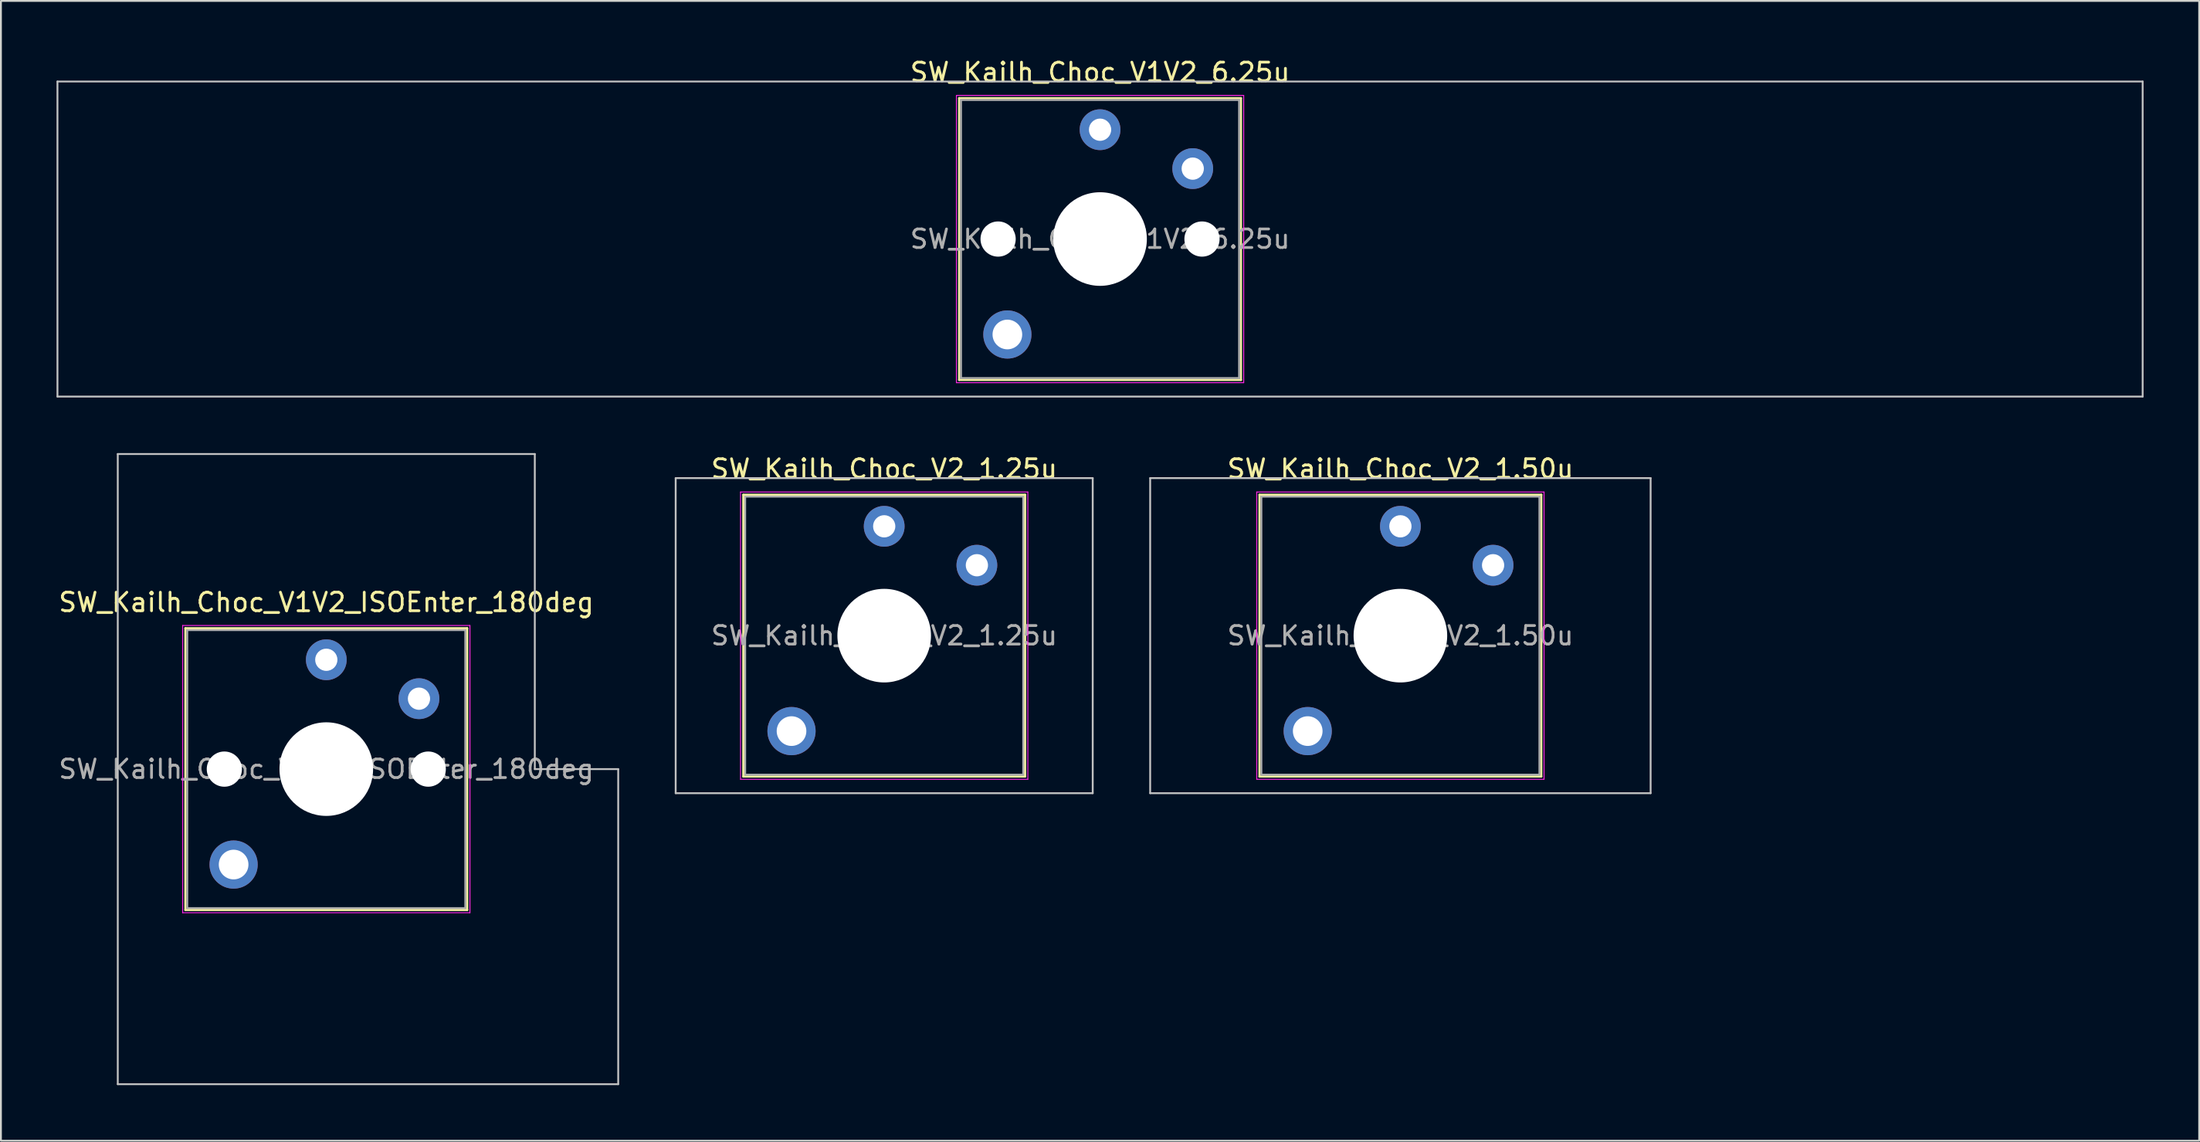
<source format=kicad_pcb>
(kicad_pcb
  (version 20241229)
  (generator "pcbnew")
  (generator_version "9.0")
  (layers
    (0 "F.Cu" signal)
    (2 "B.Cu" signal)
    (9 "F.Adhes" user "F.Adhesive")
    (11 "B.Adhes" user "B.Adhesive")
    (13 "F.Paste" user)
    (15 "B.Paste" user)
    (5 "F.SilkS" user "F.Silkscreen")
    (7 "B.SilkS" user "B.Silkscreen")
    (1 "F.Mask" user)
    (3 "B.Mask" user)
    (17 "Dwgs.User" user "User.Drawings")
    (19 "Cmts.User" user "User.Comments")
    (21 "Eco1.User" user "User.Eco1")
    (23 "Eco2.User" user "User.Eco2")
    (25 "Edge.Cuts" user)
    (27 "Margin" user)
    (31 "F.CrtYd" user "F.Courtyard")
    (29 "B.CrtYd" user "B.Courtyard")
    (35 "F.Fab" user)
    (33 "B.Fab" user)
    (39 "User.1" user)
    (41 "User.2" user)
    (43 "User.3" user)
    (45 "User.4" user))
  (footprint "SW_Kailh_Choc_V1V2_ISOEnter_180deg"
    (layer "F.Cu")
    (at 14.554 38.448)
    (property "Reference" "SW_Kailh_Choc_V1V2_ISOEnter_180deg" (at 0 -9 0) (layer "F.SilkS") (effects (font (size 1 1) (thickness 0.15))))
    (attr through_hole)
    (fp_line (start -7.6 -7.6) (end -7.6 7.6) (stroke (width 0.12) (type solid)) (layer "F.SilkS"))
    (fp_line (start -7.6 7.6) (end 7.6 7.6) (stroke (width 0.12) (type solid)) (layer "F.SilkS"))
    (fp_line (start 7.6 -7.6) (end -7.6 -7.6) (stroke (width 0.12) (type solid)) (layer "F.SilkS"))
    (fp_line (start 7.6 7.6) (end 7.6 -7.6) (stroke (width 0.12) (type solid)) (layer "F.SilkS"))
    (fp_line (start -11.25 -17) (end -11.25 17) (stroke (width 0.1) (type solid)) (layer "Dwgs.User"))
    (fp_line (start -11.25 17) (end 15.75 17) (stroke (width 0.1) (type solid)) (layer "Dwgs.User"))
    (fp_line (start 11.25 -17) (end -11.25 -17) (stroke (width 0.1) (type solid)) (layer "Dwgs.User"))
    (fp_line (start 11.25 0) (end 11.25 -17) (stroke (width 0.1) (type solid)) (layer "Dwgs.User"))
    (fp_line (start 15.75 0) (end 11.25 0) (stroke (width 0.1) (type solid)) (layer "Dwgs.User"))
    (fp_line (start 15.75 17) (end 15.75 0) (stroke (width 0.1) (type solid)) (layer "Dwgs.User"))
    (fp_line (start -7.25 -7.25) (end -7.25 7.25) (stroke (width 0.1) (type solid)) (layer "Eco1.User"))
    (fp_line (start -7.25 7.25) (end 7.25 7.25) (stroke (width 0.1) (type solid)) (layer "Eco1.User"))
    (fp_line (start 7.25 -7.25) (end -7.25 -7.25) (stroke (width 0.1) (type solid)) (layer "Eco1.User"))
    (fp_line (start 7.25 7.25) (end 7.25 -7.25) (stroke (width 0.1) (type solid)) (layer "Eco1.User"))
    (fp_line (start -7.75 -7.75) (end -7.75 7.75) (stroke (width 0.05) (type solid)) (layer "F.CrtYd"))
    (fp_line (start -7.75 7.75) (end 7.75 7.75) (stroke (width 0.05) (type solid)) (layer "F.CrtYd"))
    (fp_line (start 7.75 -7.75) (end -7.75 -7.75) (stroke (width 0.05) (type solid)) (layer "F.CrtYd"))
    (fp_line (start 7.75 7.75) (end 7.75 -7.75) (stroke (width 0.05) (type solid)) (layer "F.CrtYd"))
    (fp_line (start -7.5 -7.5) (end -7.5 7.5) (stroke (width 0.1) (type solid)) (layer "F.Fab"))
    (fp_line (start -7.5 7.5) (end 7.5 7.5) (stroke (width 0.1) (type solid)) (layer "F.Fab"))
    (fp_line (start 7.5 -7.5) (end -7.5 -7.5) (stroke (width 0.1) (type solid)) (layer "F.Fab"))
    (fp_line (start 7.5 7.5) (end 7.5 -7.5) (stroke (width 0.1) (type solid)) (layer "F.Fab"))
    (fp_text user "${REFERENCE}" (at 0 0 0) (layer "F.Fab") (effects (font (size 1 1) (thickness 0.15))))
    (pad "" np_thru_hole circle (at -5.5 0) (size 1.9 1.9) (drill 1.9) (layers "*.Cu" "*.Mask"))
    (pad "" smd circle (at -5 5.15) (size 1.65 1.65) (layers "F.Mask"))
    (pad "" thru_hole circle (at -5 5.15) (size 2.6 2.6) (drill 1.6) (layers "*.Cu" "B.Mask"))
    (pad "" smd circle (at 0 -5.9) (size 1.25 1.25) (layers "F.Mask"))
    (pad "" np_thru_hole circle (at 0 0) (size 5.05 5.05) (drill 5.05) (layers "*.Cu" "*.Mask"))
    (pad "" smd circle (at 5 -3.8) (size 1.25 1.25) (layers "F.Mask"))
    (pad "" np_thru_hole circle (at 5.5 0) (size 1.9 1.9) (drill 1.9) (layers "*.Cu" "*.Mask"))
    (pad "1" thru_hole circle (at 0 -5.9) (size 2.2 2.2) (drill 1.2) (layers "*.Cu" "B.Mask"))
    (pad "2" thru_hole circle (at 5 -3.8) (size 2.2 2.2) (drill 1.2) (layers "*.Cu" "B.Mask")))
  (footprint "SW_Kailh_Choc_V2_1.25u"
    (layer "F.Cu")
    (at 44.654 31.247)
    (property "Reference" "SW_Kailh_Choc_V2_1.25u" (at 0 -9 0) (layer "F.SilkS") (effects (font (size 1 1) (thickness 0.15))))
    (attr through_hole)
    (fp_line (start -7.6 -7.6) (end -7.6 7.6) (stroke (width 0.12) (type solid)) (layer "F.SilkS"))
    (fp_line (start -7.6 7.6) (end 7.6 7.6) (stroke (width 0.12) (type solid)) (layer "F.SilkS"))
    (fp_line (start 7.6 -7.6) (end -7.6 -7.6) (stroke (width 0.12) (type solid)) (layer "F.SilkS"))
    (fp_line (start 7.6 7.6) (end 7.6 -7.6) (stroke (width 0.12) (type solid)) (layer "F.SilkS"))
    (fp_line (start -11.25 -8.5) (end -11.25 8.5) (stroke (width 0.1) (type solid)) (layer "Dwgs.User"))
    (fp_line (start -11.25 8.5) (end 11.25 8.5) (stroke (width 0.1) (type solid)) (layer "Dwgs.User"))
    (fp_line (start 11.25 -8.5) (end -11.25 -8.5) (stroke (width 0.1) (type solid)) (layer "Dwgs.User"))
    (fp_line (start 11.25 8.5) (end 11.25 -8.5) (stroke (width 0.1) (type solid)) (layer "Dwgs.User"))
    (fp_line (start -7.25 -7.25) (end -7.25 7.25) (stroke (width 0.1) (type solid)) (layer "Eco1.User"))
    (fp_line (start -7.25 7.25) (end 7.25 7.25) (stroke (width 0.1) (type solid)) (layer "Eco1.User"))
    (fp_line (start 7.25 -7.25) (end -7.25 -7.25) (stroke (width 0.1) (type solid)) (layer "Eco1.User"))
    (fp_line (start 7.25 7.25) (end 7.25 -7.25) (stroke (width 0.1) (type solid)) (layer "Eco1.User"))
    (fp_line (start -7.75 -7.75) (end -7.75 7.75) (stroke (width 0.05) (type solid)) (layer "F.CrtYd"))
    (fp_line (start -7.75 7.75) (end 7.75 7.75) (stroke (width 0.05) (type solid)) (layer "F.CrtYd"))
    (fp_line (start 7.75 -7.75) (end -7.75 -7.75) (stroke (width 0.05) (type solid)) (layer "F.CrtYd"))
    (fp_line (start 7.75 7.75) (end 7.75 -7.75) (stroke (width 0.05) (type solid)) (layer "F.CrtYd"))
    (fp_line (start -7.5 -7.5) (end -7.5 7.5) (stroke (width 0.1) (type solid)) (layer "F.Fab"))
    (fp_line (start -7.5 7.5) (end 7.5 7.5) (stroke (width 0.1) (type solid)) (layer "F.Fab"))
    (fp_line (start 7.5 -7.5) (end -7.5 -7.5) (stroke (width 0.1) (type solid)) (layer "F.Fab"))
    (fp_line (start 7.5 7.5) (end 7.5 -7.5) (stroke (width 0.1) (type solid)) (layer "F.Fab"))
    (fp_text user "${REFERENCE}" (at 0 0 0) (layer "F.Fab") (effects (font (size 1 1) (thickness 0.15))))
    (pad "" smd circle (at -5 5.15) (size 1.65 1.65) (layers "F.Mask"))
    (pad "" thru_hole circle (at -5 5.15) (size 2.6 2.6) (drill 1.6) (layers "*.Cu" "B.Mask"))
    (pad "" smd circle (at 0 -5.9) (size 1.25 1.25) (layers "F.Mask"))
    (pad "" np_thru_hole circle (at 0 0) (size 5.05 5.05) (drill 5.05) (layers "*.Cu" "*.Mask"))
    (pad "" smd circle (at 5 -3.8) (size 1.25 1.25) (layers "F.Mask"))
    (pad "1" thru_hole circle (at 0 -5.9) (size 2.2 2.2) (drill 1.2) (layers "*.Cu" "B.Mask"))
    (pad "2" thru_hole circle (at 5 -3.8) (size 2.2 2.2) (drill 1.2) (layers "*.Cu" "B.Mask")))
  (footprint "SW_Kailh_Choc_V1V2_6.25u"
    (layer "F.Cu")
    (at 56.3 9.848)
    (property "Reference" "SW_Kailh_Choc_V1V2_6.25u" (at 0 -9 0) (layer "F.SilkS") (effects (font (size 1 1) (thickness 0.15))))
    (attr through_hole)
    (fp_line (start -7.6 -7.6) (end -7.6 7.6) (stroke (width 0.12) (type solid)) (layer "F.SilkS"))
    (fp_line (start -7.6 7.6) (end 7.6 7.6) (stroke (width 0.12) (type solid)) (layer "F.SilkS"))
    (fp_line (start 7.6 -7.6) (end -7.6 -7.6) (stroke (width 0.12) (type solid)) (layer "F.SilkS"))
    (fp_line (start 7.6 7.6) (end 7.6 -7.6) (stroke (width 0.12) (type solid)) (layer "F.SilkS"))
    (fp_line (start -56.25 -8.5) (end -56.25 8.5) (stroke (width 0.1) (type solid)) (layer "Dwgs.User"))
    (fp_line (start -56.25 8.5) (end 56.25 8.5) (stroke (width 0.1) (type solid)) (layer "Dwgs.User"))
    (fp_line (start 56.25 -8.5) (end -56.25 -8.5) (stroke (width 0.1) (type solid)) (layer "Dwgs.User"))
    (fp_line (start 56.25 8.5) (end 56.25 -8.5) (stroke (width 0.1) (type solid)) (layer "Dwgs.User"))
    (fp_line (start -7.25 -7.25) (end -7.25 7.25) (stroke (width 0.1) (type solid)) (layer "Eco1.User"))
    (fp_line (start -7.25 7.25) (end 7.25 7.25) (stroke (width 0.1) (type solid)) (layer "Eco1.User"))
    (fp_line (start 7.25 -7.25) (end -7.25 -7.25) (stroke (width 0.1) (type solid)) (layer "Eco1.User"))
    (fp_line (start 7.25 7.25) (end 7.25 -7.25) (stroke (width 0.1) (type solid)) (layer "Eco1.User"))
    (fp_line (start -7.75 -7.75) (end -7.75 7.75) (stroke (width 0.05) (type solid)) (layer "F.CrtYd"))
    (fp_line (start -7.75 7.75) (end 7.75 7.75) (stroke (width 0.05) (type solid)) (layer "F.CrtYd"))
    (fp_line (start 7.75 -7.75) (end -7.75 -7.75) (stroke (width 0.05) (type solid)) (layer "F.CrtYd"))
    (fp_line (start 7.75 7.75) (end 7.75 -7.75) (stroke (width 0.05) (type solid)) (layer "F.CrtYd"))
    (fp_line (start -7.5 -7.5) (end -7.5 7.5) (stroke (width 0.1) (type solid)) (layer "F.Fab"))
    (fp_line (start -7.5 7.5) (end 7.5 7.5) (stroke (width 0.1) (type solid)) (layer "F.Fab"))
    (fp_line (start 7.5 -7.5) (end -7.5 -7.5) (stroke (width 0.1) (type solid)) (layer "F.Fab"))
    (fp_line (start 7.5 7.5) (end 7.5 -7.5) (stroke (width 0.1) (type solid)) (layer "F.Fab"))
    (fp_text user "${REFERENCE}" (at 0 0 0) (layer "F.Fab") (effects (font (size 1 1) (thickness 0.15))))
    (pad "" np_thru_hole circle (at -5.5 0) (size 1.9 1.9) (drill 1.9) (layers "*.Cu" "*.Mask"))
    (pad "" smd circle (at -5 5.15) (size 1.65 1.65) (layers "F.Mask"))
    (pad "" thru_hole circle (at -5 5.15) (size 2.6 2.6) (drill 1.6) (layers "*.Cu" "B.Mask"))
    (pad "" smd circle (at 0 -5.9) (size 1.25 1.25) (layers "F.Mask"))
    (pad "" np_thru_hole circle (at 0 0) (size 5.05 5.05) (drill 5.05) (layers "*.Cu" "*.Mask"))
    (pad "" smd circle (at 5 -3.8) (size 1.25 1.25) (layers "F.Mask"))
    (pad "" np_thru_hole circle (at 5.5 0) (size 1.9 1.9) (drill 1.9) (layers "*.Cu" "*.Mask"))
    (pad "1" thru_hole circle (at 0 -5.9) (size 2.2 2.2) (drill 1.2) (layers "*.Cu" "B.Mask"))
    (pad "2" thru_hole circle (at 5 -3.8) (size 2.2 2.2) (drill 1.2) (layers "*.Cu" "B.Mask")))
  (footprint "SW_Kailh_Choc_V2_1.50u"
    (layer "F.Cu")
    (at 72.504 31.247)
    (property "Reference" "SW_Kailh_Choc_V2_1.50u" (at 0 -9 0) (layer "F.SilkS") (effects (font (size 1 1) (thickness 0.15))))
    (attr through_hole)
    (fp_line (start -7.6 -7.6) (end -7.6 7.6) (stroke (width 0.12) (type solid)) (layer "F.SilkS"))
    (fp_line (start -7.6 7.6) (end 7.6 7.6) (stroke (width 0.12) (type solid)) (layer "F.SilkS"))
    (fp_line (start 7.6 -7.6) (end -7.6 -7.6) (stroke (width 0.12) (type solid)) (layer "F.SilkS"))
    (fp_line (start 7.6 7.6) (end 7.6 -7.6) (stroke (width 0.12) (type solid)) (layer "F.SilkS"))
    (fp_line (start -13.5 -8.5) (end -13.5 8.5) (stroke (width 0.1) (type solid)) (layer "Dwgs.User"))
    (fp_line (start -13.5 8.5) (end 13.5 8.5) (stroke (width 0.1) (type solid)) (layer "Dwgs.User"))
    (fp_line (start 13.5 -8.5) (end -13.5 -8.5) (stroke (width 0.1) (type solid)) (layer "Dwgs.User"))
    (fp_line (start 13.5 8.5) (end 13.5 -8.5) (stroke (width 0.1) (type solid)) (layer "Dwgs.User"))
    (fp_line (start -7.25 -7.25) (end -7.25 7.25) (stroke (width 0.1) (type solid)) (layer "Eco1.User"))
    (fp_line (start -7.25 7.25) (end 7.25 7.25) (stroke (width 0.1) (type solid)) (layer "Eco1.User"))
    (fp_line (start 7.25 -7.25) (end -7.25 -7.25) (stroke (width 0.1) (type solid)) (layer "Eco1.User"))
    (fp_line (start 7.25 7.25) (end 7.25 -7.25) (stroke (width 0.1) (type solid)) (layer "Eco1.User"))
    (fp_line (start -7.75 -7.75) (end -7.75 7.75) (stroke (width 0.05) (type solid)) (layer "F.CrtYd"))
    (fp_line (start -7.75 7.75) (end 7.75 7.75) (stroke (width 0.05) (type solid)) (layer "F.CrtYd"))
    (fp_line (start 7.75 -7.75) (end -7.75 -7.75) (stroke (width 0.05) (type solid)) (layer "F.CrtYd"))
    (fp_line (start 7.75 7.75) (end 7.75 -7.75) (stroke (width 0.05) (type solid)) (layer "F.CrtYd"))
    (fp_line (start -7.5 -7.5) (end -7.5 7.5) (stroke (width 0.1) (type solid)) (layer "F.Fab"))
    (fp_line (start -7.5 7.5) (end 7.5 7.5) (stroke (width 0.1) (type solid)) (layer "F.Fab"))
    (fp_line (start 7.5 -7.5) (end -7.5 -7.5) (stroke (width 0.1) (type solid)) (layer "F.Fab"))
    (fp_line (start 7.5 7.5) (end 7.5 -7.5) (stroke (width 0.1) (type solid)) (layer "F.Fab"))
    (fp_text user "${REFERENCE}" (at 0 0 0) (layer "F.Fab") (effects (font (size 1 1) (thickness 0.15))))
    (pad "" smd circle (at -5 5.15) (size 1.65 1.65) (layers "F.Mask"))
    (pad "" thru_hole circle (at -5 5.15) (size 2.6 2.6) (drill 1.6) (layers "*.Cu" "B.Mask"))
    (pad "" smd circle (at 0 -5.9) (size 1.25 1.25) (layers "F.Mask"))
    (pad "" np_thru_hole circle (at 0 0) (size 5.05 5.05) (drill 5.05) (layers "*.Cu" "*.Mask"))
    (pad "" smd circle (at 5 -3.8) (size 1.25 1.25) (layers "F.Mask"))
    (pad "1" thru_hole circle (at 0 -5.9) (size 2.2 2.2) (drill 1.2) (layers "*.Cu" "B.Mask"))
    (pad "2" thru_hole circle (at 5 -3.8) (size 2.2 2.2) (drill 1.2) (layers "*.Cu" "B.Mask")))
  (gr_rect
    (start -3 -3)
    (end 115.6 58.498)
    (stroke (width 0.1) (type default))
    (fill no)
    (layer "Edge.Cuts")))
</source>
